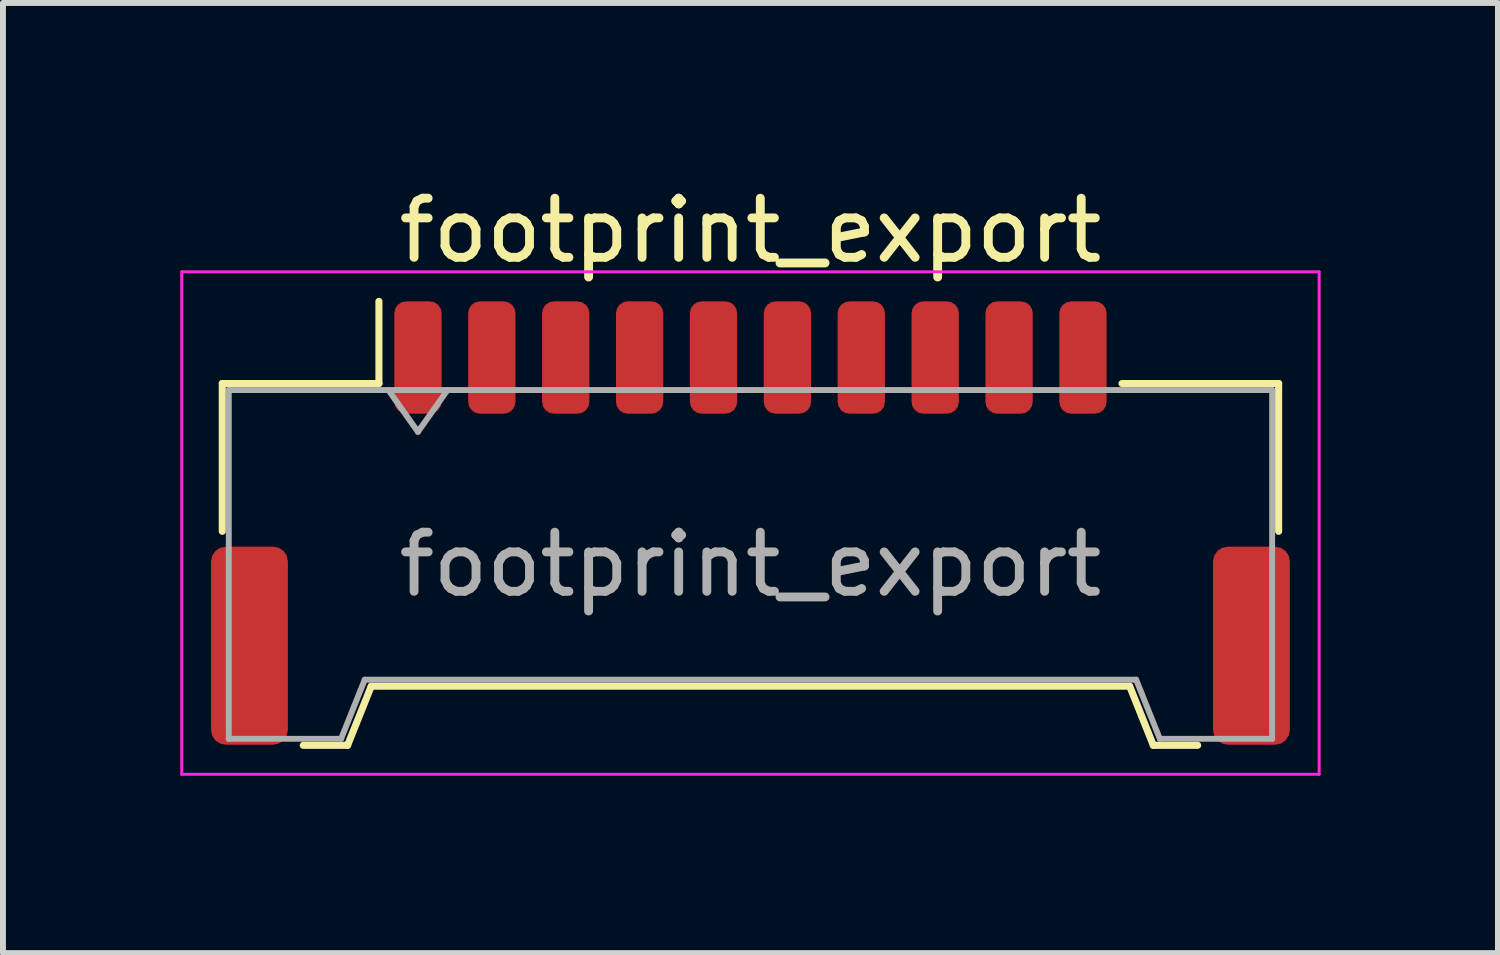
<source format=kicad_pcb>
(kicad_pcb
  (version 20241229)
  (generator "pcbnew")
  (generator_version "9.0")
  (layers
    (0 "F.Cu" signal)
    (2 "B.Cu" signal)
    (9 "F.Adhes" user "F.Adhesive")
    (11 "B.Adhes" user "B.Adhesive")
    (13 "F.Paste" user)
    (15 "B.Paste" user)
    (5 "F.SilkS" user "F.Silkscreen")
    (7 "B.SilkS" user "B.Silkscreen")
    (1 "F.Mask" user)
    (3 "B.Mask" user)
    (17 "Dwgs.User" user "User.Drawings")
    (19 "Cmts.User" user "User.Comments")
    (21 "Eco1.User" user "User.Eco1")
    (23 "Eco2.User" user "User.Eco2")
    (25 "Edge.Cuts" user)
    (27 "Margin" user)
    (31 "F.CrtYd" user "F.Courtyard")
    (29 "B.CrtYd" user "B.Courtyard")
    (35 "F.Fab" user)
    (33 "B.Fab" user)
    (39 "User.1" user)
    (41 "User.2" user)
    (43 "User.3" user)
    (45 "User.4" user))
  (footprint "footprint_export"
    (layer "F.Cu")
    (at 9.645 5.798)
    (property "Reference" "footprint_export" (at 0 -4.95 0) (layer "F.SilkS") (effects (font (size 1 1) (thickness 0.15))))
    (attr smd)
    (fp_line (start -8.935 -2.36) (end -6.285 -2.36) (stroke (width 0.12) (type solid)) (layer "F.SilkS"))
    (fp_line (start -8.935 0.14) (end -8.935 -2.36) (stroke (width 0.12) (type solid)) (layer "F.SilkS"))
    (fp_line (start -7.565 3.76) (end -6.815 3.76) (stroke (width 0.12) (type solid)) (layer "F.SilkS"))
    (fp_line (start -6.815 3.76) (end -6.415 2.76) (stroke (width 0.12) (type solid)) (layer "F.SilkS"))
    (fp_line (start -6.415 2.76) (end 6.415 2.76) (stroke (width 0.12) (type solid)) (layer "F.SilkS"))
    (fp_line (start -6.285 -2.36) (end -6.285 -3.75) (stroke (width 0.12) (type solid)) (layer "F.SilkS"))
    (fp_line (start 6.415 2.76) (end 6.815 3.76) (stroke (width 0.12) (type solid)) (layer "F.SilkS"))
    (fp_line (start 6.815 3.76) (end 7.565 3.76) (stroke (width 0.12) (type solid)) (layer "F.SilkS"))
    (fp_line (start 8.935 -2.36) (end 6.285 -2.36) (stroke (width 0.12) (type solid)) (layer "F.SilkS"))
    (fp_line (start 8.935 0.14) (end 8.935 -2.36) (stroke (width 0.12) (type solid)) (layer "F.SilkS"))
    (fp_line (start -9.62 -4.25) (end -9.62 4.25) (stroke (width 0.05) (type solid)) (layer "F.CrtYd"))
    (fp_line (start -9.62 4.25) (end 9.62 4.25) (stroke (width 0.05) (type solid)) (layer "F.CrtYd"))
    (fp_line (start 9.62 -4.25) (end -9.62 -4.25) (stroke (width 0.05) (type solid)) (layer "F.CrtYd"))
    (fp_line (start 9.62 4.25) (end 9.62 -4.25) (stroke (width 0.05) (type solid)) (layer "F.CrtYd"))
    (fp_line (start -8.825 -2.25) (end -8.825 3.65) (stroke (width 0.1) (type solid)) (layer "F.Fab"))
    (fp_line (start -8.825 -2.25) (end 8.825 -2.25) (stroke (width 0.1) (type solid)) (layer "F.Fab"))
    (fp_line (start -8.825 3.65) (end -6.925 3.65) (stroke (width 0.1) (type solid)) (layer "F.Fab"))
    (fp_line (start -6.925 3.65) (end -6.525 2.65) (stroke (width 0.1) (type solid)) (layer "F.Fab"))
    (fp_line (start -6.525 2.65) (end 6.525 2.65) (stroke (width 0.1) (type solid)) (layer "F.Fab"))
    (fp_line (start -6.125 -2.25) (end -5.625 -1.543) (stroke (width 0.1) (type solid)) (layer "F.Fab"))
    (fp_line (start -5.625 -1.543) (end -5.125 -2.25) (stroke (width 0.1) (type solid)) (layer "F.Fab"))
    (fp_line (start 6.525 2.65) (end 6.925 3.65) (stroke (width 0.1) (type solid)) (layer "F.Fab"))
    (fp_line (start 6.925 3.65) (end 8.825 3.65) (stroke (width 0.1) (type solid)) (layer "F.Fab"))
    (fp_line (start 8.825 -2.25) (end 8.825 3.65) (stroke (width 0.1) (type solid)) (layer "F.Fab"))
    (fp_text user "${REFERENCE}" (at 0 0.7 0) (layer "F.Fab") (effects (font (size 1 1) (thickness 0.15))))
    (pad "1" smd roundrect (at -5.625 -2.8) (size 0.8 1.9) (layers "F.Cu" "F.Mask" "F.Paste") (roundrect_rratio 0.25))
    (pad "2" smd roundrect (at -4.375 -2.8) (size 0.8 1.9) (layers "F.Cu" "F.Mask" "F.Paste") (roundrect_rratio 0.25))
    (pad "3" smd roundrect (at -3.125 -2.8) (size 0.8 1.9) (layers "F.Cu" "F.Mask" "F.Paste") (roundrect_rratio 0.25))
    (pad "4" smd roundrect (at -1.875 -2.8) (size 0.8 1.9) (layers "F.Cu" "F.Mask" "F.Paste") (roundrect_rratio 0.25))
    (pad "5" smd roundrect (at -0.625 -2.8) (size 0.8 1.9) (layers "F.Cu" "F.Mask" "F.Paste") (roundrect_rratio 0.25))
    (pad "6" smd roundrect (at 0.625 -2.8) (size 0.8 1.9) (layers "F.Cu" "F.Mask" "F.Paste") (roundrect_rratio 0.25))
    (pad "7" smd roundrect (at 1.875 -2.8) (size 0.8 1.9) (layers "F.Cu" "F.Mask" "F.Paste") (roundrect_rratio 0.25))
    (pad "8" smd roundrect (at 3.125 -2.8) (size 0.8 1.9) (layers "F.Cu" "F.Mask" "F.Paste") (roundrect_rratio 0.25))
    (pad "9" smd roundrect (at 4.375 -2.8) (size 0.8 1.9) (layers "F.Cu" "F.Mask" "F.Paste") (roundrect_rratio 0.25))
    (pad "10" smd roundrect (at 5.625 -2.8) (size 0.8 1.9) (layers "F.Cu" "F.Mask" "F.Paste") (roundrect_rratio 0.25))
    (pad "MP" smd roundrect (at -8.475 2.075) (size 1.3 3.35) (layers "F.Cu" "F.Mask" "F.Paste") (roundrect_rratio 0.192))
    (pad "MP" smd roundrect (at 8.475 2.075) (size 1.3 3.35) (layers "F.Cu" "F.Mask" "F.Paste") (roundrect_rratio 0.192)))
  (gr_rect
    (start -3 -3)
    (end 22.29 13.073)
    (stroke (width 0.1) (type default))
    (fill no)
    (layer "Edge.Cuts")))
</source>
